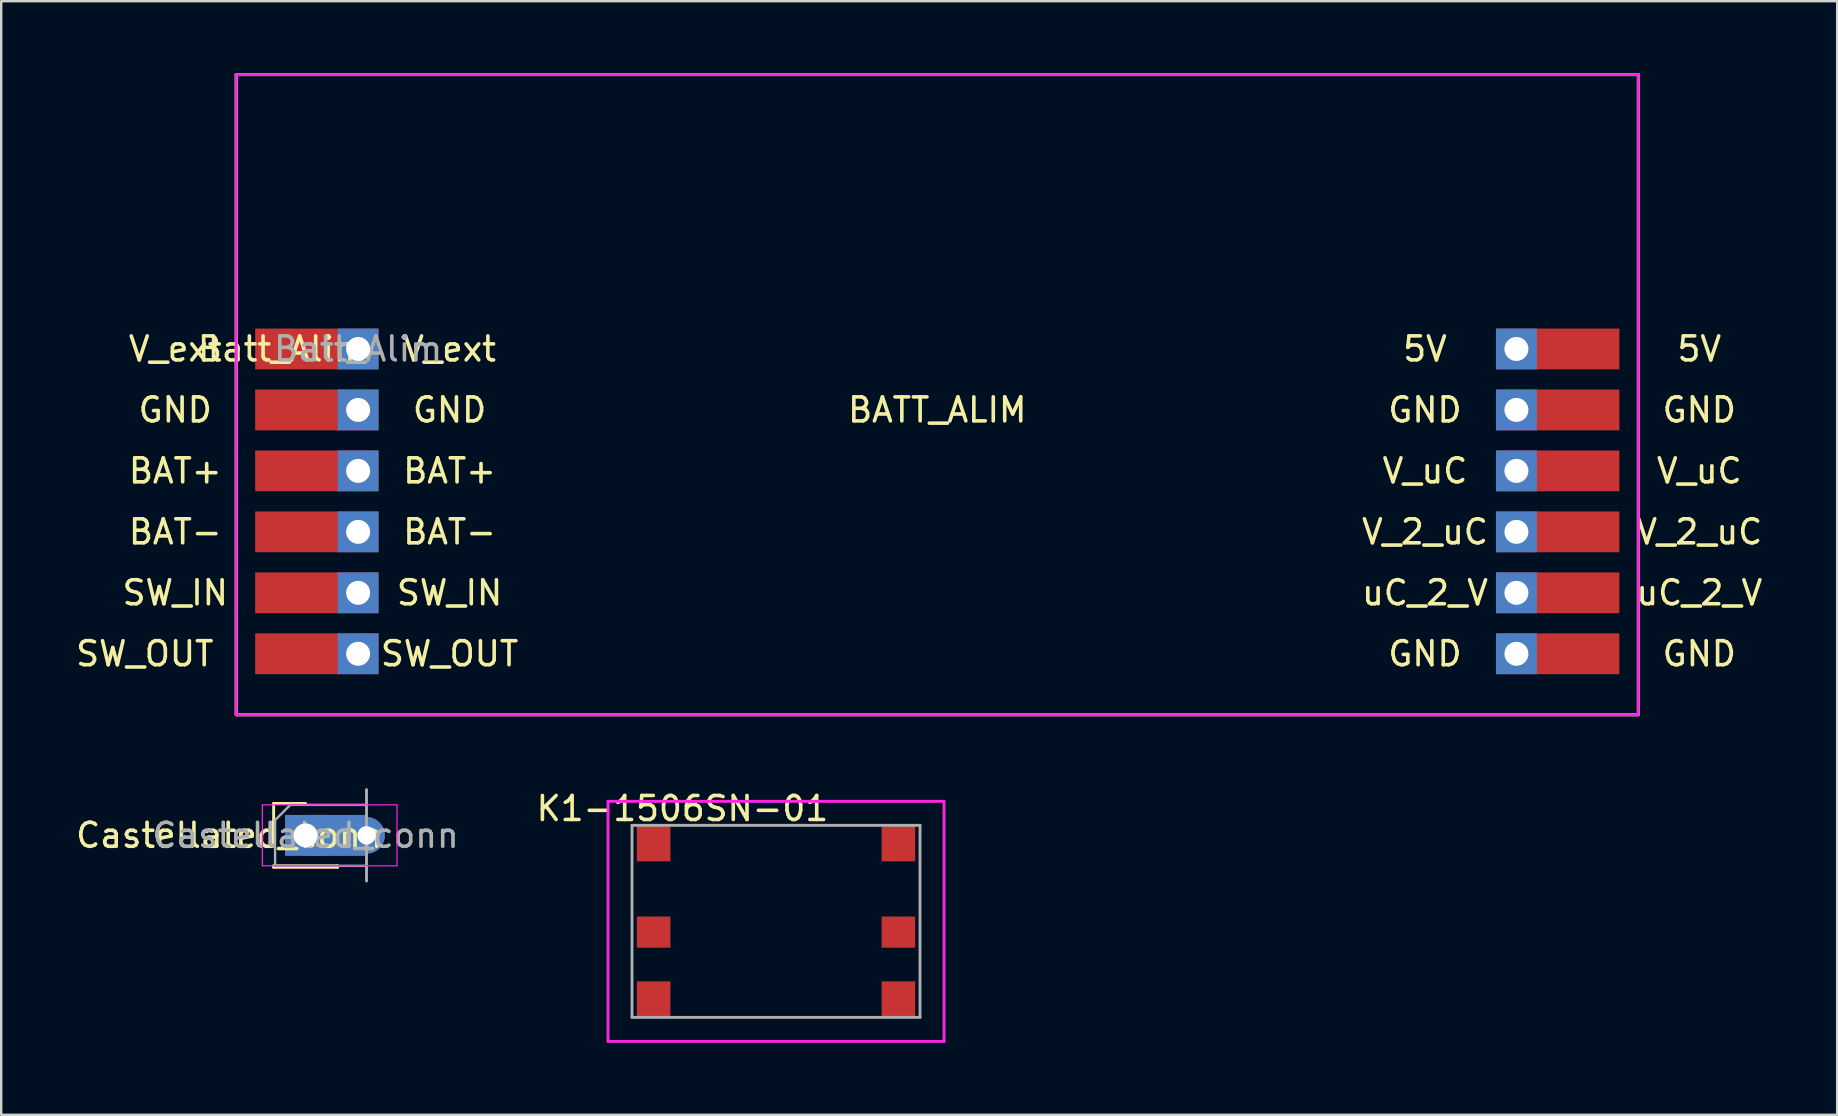
<source format=kicad_pcb>
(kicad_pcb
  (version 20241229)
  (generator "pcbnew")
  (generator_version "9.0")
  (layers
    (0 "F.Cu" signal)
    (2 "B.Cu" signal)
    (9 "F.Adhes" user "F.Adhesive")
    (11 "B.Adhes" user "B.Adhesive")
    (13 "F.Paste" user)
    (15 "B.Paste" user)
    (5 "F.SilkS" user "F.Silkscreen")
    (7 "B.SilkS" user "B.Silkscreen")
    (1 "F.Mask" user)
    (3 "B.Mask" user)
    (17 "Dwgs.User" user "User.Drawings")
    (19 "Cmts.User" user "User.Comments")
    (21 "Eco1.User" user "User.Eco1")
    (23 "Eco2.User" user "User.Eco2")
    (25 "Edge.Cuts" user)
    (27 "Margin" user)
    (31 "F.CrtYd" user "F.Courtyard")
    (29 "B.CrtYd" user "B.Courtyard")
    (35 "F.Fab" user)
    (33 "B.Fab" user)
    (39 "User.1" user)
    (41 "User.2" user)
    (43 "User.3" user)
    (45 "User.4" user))
  (footprint "K1-1506SN-01"
    (layer "F.Cu")
    (at 29.283 35.338)
    (property "Reference" "K1-1506SN-01" (at -3.9 -4.7 0) (layer "F.SilkS") (effects (font (size 1 1) (thickness 0.15))))
    (attr through_hole)
    (fp_line (start -7 -5) (end -7 5) (stroke (width 0.12) (type solid)) (layer "F.CrtYd"))
    (fp_line (start -7 5) (end 7 5) (stroke (width 0.12) (type solid)) (layer "F.CrtYd"))
    (fp_line (start 7 -5) (end -7 -5) (stroke (width 0.12) (type solid)) (layer "F.CrtYd"))
    (fp_line (start 7 5) (end 7 -5) (stroke (width 0.12) (type solid)) (layer "F.CrtYd"))
    (fp_line (start -6 -4) (end -6 4) (stroke (width 0.12) (type solid)) (layer "F.Fab"))
    (fp_line (start -6 4) (end 6 4) (stroke (width 0.12) (type solid)) (layer "F.Fab"))
    (fp_line (start 6 -4) (end -6 -4) (stroke (width 0.12) (type solid)) (layer "F.Fab"))
    (fp_line (start 6 4) (end 6 -4) (stroke (width 0.12) (type solid)) (layer "F.Fab"))
    (pad "1" smd rect (at -5.1 -3.25) (size 1.4 1.5) (layers "F.Cu" "F.Mask" "F.Paste"))
    (pad "2" smd rect (at -5.1 0.45) (size 1.4 1.3) (layers "F.Cu" "F.Mask" "F.Paste"))
    (pad "3" smd rect (at -5.1 3.25) (size 1.4 1.5) (layers "F.Cu" "F.Mask" "F.Paste"))
    (pad "4" smd rect (at 5.1 3.25) (size 1.4 1.5) (layers "F.Cu" "F.Mask" "F.Paste"))
    (pad "5" smd rect (at 5.1 0.45) (size 1.4 1.3) (layers "F.Cu" "F.Mask" "F.Paste"))
    (pad "6" smd rect (at 5.1 -3.25) (size 1.4 1.5) (layers "F.Cu" "F.Mask" "F.Paste")))
  (footprint "Castellated_conn"
    (layer "F.Cu")
    (at 9.681 31.755)
    (property "Reference" "Castellated_conn" (at -3.175 0 0) (layer "F.SilkS") (effects (font (size 1 1) (thickness 0.15))))
    (attr through_hole)
    (fp_line (start -1.33 -1.33) (end 0 -1.33) (stroke (width 0.12) (type solid)) (layer "F.SilkS"))
    (fp_line (start -1.33 0) (end -1.33 -1.33) (stroke (width 0.12) (type solid)) (layer "F.SilkS"))
    (fp_line (start -1.33 1.27) (end -1.33 1.33) (stroke (width 0.12) (type solid)) (layer "F.SilkS"))
    (fp_line (start -1.33 1.27) (end 1.33 1.27) (stroke (width 0.12) (type solid)) (layer "F.SilkS"))
    (fp_line (start -1.33 1.33) (end 1.33 1.33) (stroke (width 0.12) (type solid)) (layer "F.SilkS"))
    (fp_line (start 1.33 1.27) (end 1.33 1.33) (stroke (width 0.12) (type solid)) (layer "F.SilkS"))
    (fp_line (start -1.8 -1.27) (end -1.8 1.27) (stroke (width 0.05) (type solid)) (layer "F.CrtYd"))
    (fp_line (start -1.8 1.27) (end 3.81 1.27) (stroke (width 0.05) (type solid)) (layer "F.CrtYd"))
    (fp_line (start 3.81 -1.27) (end -1.8 -1.27) (stroke (width 0.05) (type solid)) (layer "F.CrtYd"))
    (fp_line (start 3.81 1.27) (end 3.81 -1.27) (stroke (width 0.05) (type solid)) (layer "F.CrtYd"))
    (fp_line (start -1.27 -0.635) (end -0.635 -1.27) (stroke (width 0.1) (type solid)) (layer "F.Fab"))
    (fp_line (start -1.27 1.27) (end -1.27 -0.635) (stroke (width 0.1) (type solid)) (layer "F.Fab"))
    (fp_line (start -0.635 -1.27) (end 2.54 -1.27) (stroke (width 0.1) (type solid)) (layer "F.Fab"))
    (fp_line (start 1.27 1.27) (end -1.27 1.27) (stroke (width 0.1) (type solid)) (layer "F.Fab"))
    (fp_line (start 2.54 -1.905) (end 2.54 1.905) (stroke (width 0.12) (type solid)) (layer "F.Fab"))
    (fp_line (start 2.54 1.27) (end 1.27 1.27) (stroke (width 0.1) (type solid)) (layer "F.Fab"))
    (fp_text user "${REFERENCE}" (at 0 0 180) (layer "F.Fab") (effects (font (size 1 1) (thickness 0.15))))
    (pad "1" thru_hole rect (at 0 0) (size 1.7 1.7) (drill 1) (layers "*.Cu" "*.Mask"))
    (pad "1" smd rect (at 1.27 0) (size 2.524 1.7) (layers "F.Cu" "F.Mask" "F.Paste"))
    (pad "1" smd rect (at 1.27 0) (size 2.524 1.7) (layers "F.Mask" "B.Cu" "F.Paste"))
    (pad "1" thru_hole circle (at 2.54 0) (size 1.524 1.524) (drill 0.762) (layers "*.Cu" "*.Mask")))
  (footprint "Batt_Alim"
    (layer "F.Cu")
    (at 11.872 11.49)
    (property "Reference" "Batt_Alim" (at -3.175 0 0) (layer "F.SilkS") (effects (font (size 1 1) (thickness 0.15))))
    (attr through_hole)
    (fp_line (start -5.08 -11.43) (end 53.34 -11.43) (stroke (width 0.12) (type solid)) (layer "F.SilkS"))
    (fp_line (start -5.08 15.24) (end -5.08 -11.43) (stroke (width 0.12) (type solid)) (layer "F.SilkS"))
    (fp_line (start 53.34 -11.43) (end 53.34 15.24) (stroke (width 0.12) (type solid)) (layer "F.SilkS"))
    (fp_line (start 53.34 15.24) (end -5.08 15.24) (stroke (width 0.12) (type solid)) (layer "F.SilkS"))
    (fp_line (start -2.54 -2.54) (end 2.54 -2.54) (stroke (width 0.12) (type solid)) (layer "Eco1.User"))
    (fp_line (start -2.54 0) (end -2.54 -2.54) (stroke (width 0.12) (type solid)) (layer "Eco1.User"))
    (fp_line (start -2.54 12.7) (end -2.54 0) (stroke (width 0.12) (type solid)) (layer "Eco1.User"))
    (fp_line (start 0 0) (end 0 12.7) (stroke (width 0.12) (type solid)) (layer "Eco1.User"))
    (fp_line (start 0 12.7) (end 48.26 12.7) (stroke (width 0.12) (type solid)) (layer "Eco1.User"))
    (fp_line (start 2.54 -2.54) (end 2.54 0) (stroke (width 0.12) (type solid)) (layer "Eco1.User"))
    (fp_line (start 2.54 0) (end -2.54 0) (stroke (width 0.12) (type solid)) (layer "Eco1.User"))
    (fp_line (start 48.26 12.7) (end 48.26 0) (stroke (width 0.12) (type solid)) (layer "Eco1.User"))
    (fp_line (start 50.8 12.7) (end 50.8 0) (stroke (width 0.12) (type solid)) (layer "Eco1.User"))
    (fp_line (start -5.08 -11.43) (end -5.08 15.24) (stroke (width 0.12) (type solid)) (layer "F.CrtYd"))
    (fp_line (start -5.08 15.24) (end 53.34 15.24) (stroke (width 0.12) (type solid)) (layer "F.CrtYd"))
    (fp_line (start 53.34 -11.43) (end -5.08 -11.43) (stroke (width 0.12) (type solid)) (layer "F.CrtYd"))
    (fp_line (start 53.34 15.24) (end 53.34 -11.43) (stroke (width 0.12) (type solid)) (layer "F.CrtYd"))
    (fp_line (start -5.08 -11.43) (end 53.34 -11.43) (stroke (width 0.12) (type solid)) (layer "F.Fab"))
    (fp_line (start -5.08 15.24) (end -5.08 -11.43) (stroke (width 0.12) (type solid)) (layer "F.Fab"))
    (fp_line (start 53.34 -11.43) (end 53.34 15.24) (stroke (width 0.12) (type solid)) (layer "F.Fab"))
    (fp_line (start 53.34 15.24) (end -5.08 15.24) (stroke (width 0.12) (type solid)) (layer "F.Fab"))
    (fp_text user "V_2_uC" (at 44.45 7.62 0) (layer "F.SilkS") (effects (font (size 1 1) (thickness 0.15))))
    (fp_text user "GND" (at 44.45 2.54 0) (layer "F.SilkS") (effects (font (size 1 1) (thickness 0.15))))
    (fp_text user "SW_IN" (at -7.62 10.16 0) (layer "F.SilkS") (effects (font (size 1 1) (thickness 0.15))))
    (fp_text user "BAT-" (at 3.81 7.62 0) (layer "F.SilkS") (effects (font (size 1 1) (thickness 0.15))))
    (fp_text user "GND" (at 3.81 2.54 0) (layer "F.SilkS") (effects (font (size 1 1) (thickness 0.15))))
    (fp_text user "GND" (at 55.88 12.7 0) (layer "F.SilkS") (effects (font (size 1 1) (thickness 0.15))))
    (fp_text user "BAT-" (at -7.62 7.62 0) (layer "F.SilkS") (effects (font (size 1 1) (thickness 0.15))))
    (fp_text user "5V" (at 55.88 0 0) (layer "F.SilkS") (effects (font (size 1 1) (thickness 0.15))))
    (fp_text user "SW_OUT" (at -8.89 12.7 0) (layer "F.SilkS") (effects (font (size 1 1) (thickness 0.15))))
    (fp_text user "5V" (at 44.45 0 0) (layer "F.SilkS") (effects (font (size 1 1) (thickness 0.15))))
    (fp_text user "GND" (at 55.88 2.54 0) (layer "F.SilkS") (effects (font (size 1 1) (thickness 0.15))))
    (fp_text user "SW_IN" (at 3.81 10.16 0) (layer "F.SilkS") (effects (font (size 1 1) (thickness 0.15))))
    (fp_text user "V_uC" (at 55.88 5.08 0) (layer "F.SilkS") (effects (font (size 1 1) (thickness 0.15))))
    (fp_text user "BAT+" (at 3.81 5.08 0) (layer "F.SilkS") (effects (font (size 1 1) (thickness 0.15))))
    (fp_text user "V_ext" (at -7.62 0 0) (layer "F.SilkS") (effects (font (size 1 1) (thickness 0.15))))
    (fp_text user "V_2_uC" (at 55.88 7.62 0) (layer "F.SilkS") (effects (font (size 1 1) (thickness 0.15))))
    (fp_text user "V_ext" (at 3.81 0 0) (layer "F.SilkS") (effects (font (size 1 1) (thickness 0.15))))
    (fp_text user "BAT+" (at -7.62 5.08 0) (layer "F.SilkS") (effects (font (size 1 1) (thickness 0.15))))
    (fp_text user "BATT_ALIM" (at 24.13 2.54 0) (layer "F.SilkS") (effects (font (size 1 1) (thickness 0.15))))
    (fp_text user "GND" (at 44.45 12.7 0) (layer "F.SilkS") (effects (font (size 1 1) (thickness 0.15))))
    (fp_text user "V_uC" (at 44.45 5.08 0) (layer "F.SilkS") (effects (font (size 1 1) (thickness 0.15))))
    (fp_text user "SW_OUT" (at 3.81 12.7 0) (layer "F.SilkS") (effects (font (size 1 1) (thickness 0.15))))
    (fp_text user "uC_2_V" (at 55.88 10.16 0) (layer "F.SilkS") (effects (font (size 1 1) (thickness 0.15))))
    (fp_text user "uC_2_V" (at 44.45 10.16 0) (layer "F.SilkS") (effects (font (size 1 1) (thickness 0.15))))
    (fp_text user "GND" (at -7.62 2.54 0) (layer "F.SilkS") (effects (font (size 1 1) (thickness 0.15))))
    (fp_text user "${REFERENCE}" (at 0 0 180) (layer "F.Fab") (effects (font (size 1 1) (thickness 0.15))))
    (pad "1" smd rect (at -2.54 0 180) (size 3.5 1.7) (layers "F.Cu" "F.Mask" "F.Paste"))
    (pad "1" thru_hole rect (at 0 0) (size 1.7 1.7) (drill 1) (layers "*.Cu" "*.Mask"))
    (pad "2" smd rect (at -2.54 2.54 180) (size 3.5 1.7) (layers "F.Cu" "F.Mask" "F.Paste"))
    (pad "2" thru_hole rect (at 0 2.54) (size 1.7 1.7) (drill 1) (layers "*.Cu" "*.Mask"))
    (pad "3" smd rect (at -2.54 5.08 180) (size 3.5 1.7) (layers "F.Cu" "F.Mask" "F.Paste"))
    (pad "3" thru_hole rect (at 0 5.08) (size 1.7 1.7) (drill 1) (layers "*.Cu" "*.Mask"))
    (pad "4" smd rect (at -2.54 7.62 180) (size 3.5 1.7) (layers "F.Cu" "F.Mask" "F.Paste"))
    (pad "4" thru_hole rect (at 0 7.62) (size 1.7 1.7) (drill 1) (layers "*.Cu" "*.Mask"))
    (pad "5" smd rect (at -2.54 10.16 180) (size 3.5 1.7) (layers "F.Cu" "F.Mask" "F.Paste"))
    (pad "5" thru_hole rect (at 0 10.16) (size 1.7 1.7) (drill 1) (layers "*.Cu" "*.Mask"))
    (pad "6" smd rect (at -2.54 12.7 180) (size 3.5 1.7) (layers "F.Cu" "F.Mask" "F.Paste"))
    (pad "6" thru_hole rect (at 0 12.7) (size 1.7 1.7) (drill 1) (layers "*.Cu" "*.Mask"))
    (pad "7" thru_hole rect (at 48.26 12.7) (size 1.7 1.7) (drill 1) (layers "*.Cu" "*.Mask"))
    (pad "7" smd rect (at 50.8 12.7 180) (size 3.5 1.7) (layers "F.Cu" "F.Mask" "F.Paste"))
    (pad "8" thru_hole rect (at 48.26 10.16) (size 1.7 1.7) (drill 1) (layers "*.Cu" "*.Mask"))
    (pad "8" smd rect (at 50.8 10.16 180) (size 3.5 1.7) (layers "F.Cu" "F.Mask" "F.Paste"))
    (pad "9" thru_hole rect (at 48.26 7.62) (size 1.7 1.7) (drill 1) (layers "*.Cu" "*.Mask"))
    (pad "9" smd rect (at 50.8 7.62 180) (size 3.5 1.7) (layers "F.Cu" "F.Mask" "F.Paste"))
    (pad "10" thru_hole rect (at 48.26 5.08) (size 1.7 1.7) (drill 1) (layers "*.Cu" "*.Mask"))
    (pad "10" smd rect (at 50.8 5.08 180) (size 3.5 1.7) (layers "F.Cu" "F.Mask" "F.Paste"))
    (pad "11" thru_hole rect (at 48.26 2.54) (size 1.7 1.7) (drill 1) (layers "*.Cu" "*.Mask"))
    (pad "11" smd rect (at 50.8 2.54 180) (size 3.5 1.7) (layers "F.Cu" "F.Mask" "F.Paste"))
    (pad "12" thru_hole rect (at 48.26 0) (size 1.7 1.7) (drill 1) (layers "*.Cu" "*.Mask"))
    (pad "12" smd rect (at 50.8 0 180) (size 3.5 1.7) (layers "F.Cu" "F.Mask" "F.Paste")))
  (gr_rect
    (start -3 -3)
    (end 73.496 43.398)
    (stroke (width 0.1) (type default))
    (fill no)
    (layer "Edge.Cuts")))
</source>
